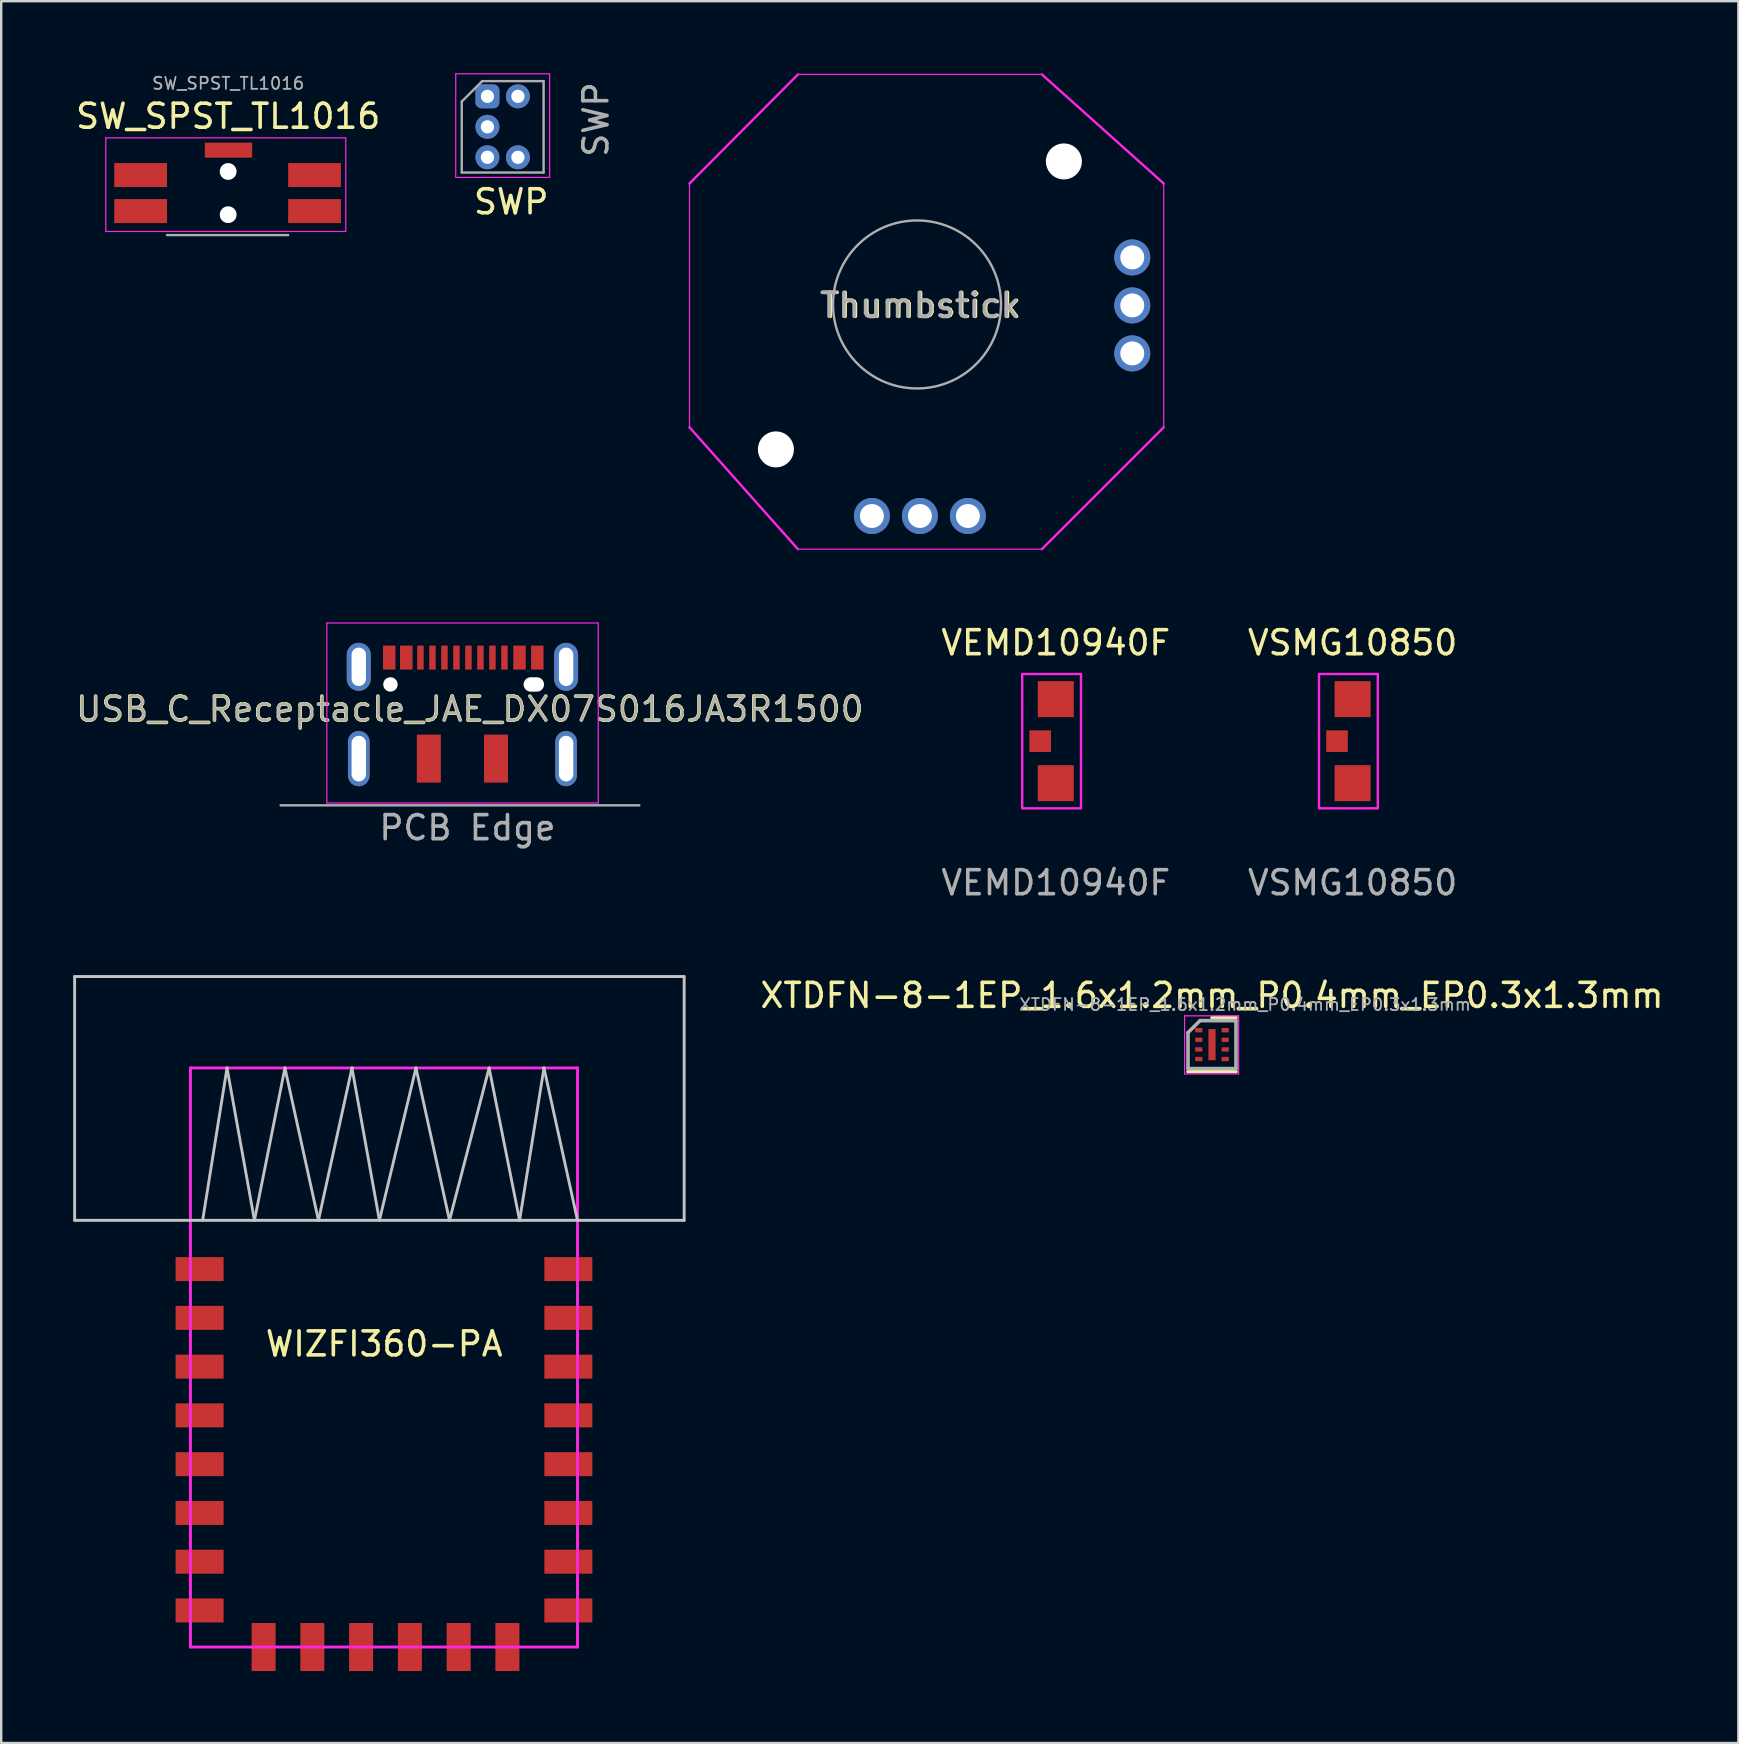
<source format=kicad_pcb>
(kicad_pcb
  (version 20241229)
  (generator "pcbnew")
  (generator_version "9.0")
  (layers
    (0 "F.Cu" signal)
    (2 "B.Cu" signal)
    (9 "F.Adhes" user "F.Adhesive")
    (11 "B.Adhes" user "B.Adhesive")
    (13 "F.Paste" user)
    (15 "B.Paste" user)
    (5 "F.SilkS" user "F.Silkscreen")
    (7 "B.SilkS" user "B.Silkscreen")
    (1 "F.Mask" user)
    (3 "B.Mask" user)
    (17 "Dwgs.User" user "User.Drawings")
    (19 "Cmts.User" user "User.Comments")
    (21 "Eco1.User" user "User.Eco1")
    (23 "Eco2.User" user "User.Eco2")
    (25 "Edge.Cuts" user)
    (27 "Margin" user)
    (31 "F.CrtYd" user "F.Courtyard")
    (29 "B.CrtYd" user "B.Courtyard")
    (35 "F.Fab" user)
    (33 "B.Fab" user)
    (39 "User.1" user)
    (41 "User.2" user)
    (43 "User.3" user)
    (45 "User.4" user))
  (footprint "VEMD10940F"
    (layer "F.Cu")
    (at 40.946 27.835)
    (property "Reference" "VEMD10940F" (at 0 -4.1 0) (unlocked yes) (layer "F.SilkS") (effects (font (size 1 1) (thickness 0.15))))
    (fp_rect (start -1.4 -2.8) (end 1.05 2.8) (stroke (width 0.1) (type solid)) (fill no) (layer "F.CrtYd"))
    (fp_text user "${REFERENCE}" (at 0 5.9 0) (unlocked yes) (layer "F.Fab") (effects (font (size 1 1) (thickness 0.15))))
    (pad "" smd rect (at -0.65 0) (size 0.9 0.9) (layers "F.Cu" "F.Mask" "F.Paste"))
    (pad "1" smd rect (at 0 1.75) (size 1.5 1.5) (layers "F.Cu" "F.Mask" "F.Paste"))
    (pad "2" smd rect (at 0 -1.75) (size 1.5 1.5) (layers "F.Cu" "F.Mask" "F.Paste")))
  (footprint "SW_SPST_TL1016"
    (layer "F.Cu")
    (at 6.458 4.996)
    (property "Reference" "SW_SPST_TL1016" (at 0 -3.2 0) (layer "F.SilkS") (effects (font (size 1 1) (thickness 0.15))))
    (attr smd)
    (fp_line (start -5.1 -2.3) (end 4.9 -2.3) (stroke (width 0.05) (type solid)) (layer "F.CrtYd"))
    (fp_line (start -5.1 1.6) (end -5.1 -2.3) (stroke (width 0.05) (type solid)) (layer "F.CrtYd"))
    (fp_line (start 4.9 -2.3) (end 4.9 1.6) (stroke (width 0.05) (type solid)) (layer "F.CrtYd"))
    (fp_line (start 4.9 1.6) (end -5.1 1.6) (stroke (width 0.05) (type solid)) (layer "F.CrtYd"))
    (fp_line (start -2.55 1.75) (end 2.5 1.75) (stroke (width 0.1) (type default)) (layer "F.Fab"))
    (fp_text user "${REFERENCE}" (at 0 -4.572 0) (layer "F.Fab") (effects (font (size 0.5 0.5) (thickness 0.075))))
    (pad "" np_thru_hole circle (at 0 -0.9) (size 0.7 0.7) (drill 0.7) (layers "*.Cu" "*.Mask"))
    (pad "" np_thru_hole circle (at 0 0.9) (size 0.7 0.7) (drill 0.7) (layers "*.Cu" "*.Mask"))
    (pad "1" smd rect (at -3.648 -0.75 90) (size 1 2.2) (layers "F.Cu" "F.Mask" "F.Paste"))
    (pad "2" smd rect (at 3.6 -0.75 90) (size 1 2.2) (layers "F.Cu" "F.Mask" "F.Paste"))
    (pad "3" smd rect (at -3.648 0.75 90) (size 1 2.2) (layers "F.Cu" "F.Mask" "F.Paste"))
    (pad "4" smd rect (at 3.6 0.75 90) (size 1 2.2) (layers "F.Cu" "F.Mask" "F.Paste"))
    (pad "5" smd rect (at 0.013 -1.788 90) (size 0.625 1.975) (layers "F.Cu" "F.Mask" "F.Paste")))
  (footprint "WIZFI360-PA"
    (layer "F.Cu")
    (at 12.76 47.803)
    (property "Reference" "WIZFI360-PA" (at 0.2 5.15 0) (layer "F.SilkS") (effects (font (size 1 1) (thickness 0.15))))
    (fp_line (start -12.7 -10.16) (end 12.7 -10.16) (stroke (width 0.12) (type solid)) (layer "Dwgs.User"))
    (fp_line (start -12.7 0) (end -12.7 -10.16) (stroke (width 0.12) (type solid)) (layer "Dwgs.User"))
    (fp_line (start -7.366 0) (end -6.35 -6.35) (stroke (width 0.12) (type solid)) (layer "Dwgs.User"))
    (fp_line (start -6.35 -6.35) (end -5.207 0) (stroke (width 0.12) (type solid)) (layer "Dwgs.User"))
    (fp_line (start -5.207 0) (end -3.937 -6.35) (stroke (width 0.12) (type solid)) (layer "Dwgs.User"))
    (fp_line (start -3.937 -6.35) (end -2.54 0) (stroke (width 0.12) (type solid)) (layer "Dwgs.User"))
    (fp_line (start -2.54 0) (end -1.143 -6.35) (stroke (width 0.12) (type solid)) (layer "Dwgs.User"))
    (fp_line (start -1.143 -6.35) (end 0 0) (stroke (width 0.12) (type solid)) (layer "Dwgs.User"))
    (fp_line (start 0 0) (end 1.524 -6.35) (stroke (width 0.12) (type solid)) (layer "Dwgs.User"))
    (fp_line (start 1.524 -6.35) (end 2.921 0) (stroke (width 0.12) (type solid)) (layer "Dwgs.User"))
    (fp_line (start 2.921 0) (end 4.572 -6.35) (stroke (width 0.12) (type solid)) (layer "Dwgs.User"))
    (fp_line (start 4.572 -6.35) (end 5.842 0) (stroke (width 0.12) (type solid)) (layer "Dwgs.User"))
    (fp_line (start 5.842 0) (end 6.858 -6.35) (stroke (width 0.12) (type solid)) (layer "Dwgs.User"))
    (fp_line (start 6.858 -6.35) (end 8.255 0) (stroke (width 0.12) (type solid)) (layer "Dwgs.User"))
    (fp_line (start 12.7 -10.16) (end 12.7 0) (stroke (width 0.12) (type solid)) (layer "Dwgs.User"))
    (fp_line (start 12.7 0) (end -12.7 0) (stroke (width 0.12) (type solid)) (layer "Dwgs.User"))
    (fp_line (start -7.874 -6.35) (end 8.255 -6.35) (stroke (width 0.12) (type solid)) (layer "F.CrtYd"))
    (fp_line (start -7.874 17.78) (end -7.874 -6.35) (stroke (width 0.12) (type solid)) (layer "F.CrtYd"))
    (fp_line (start 8.255 -6.35) (end 8.255 17.78) (stroke (width 0.12) (type solid)) (layer "F.CrtYd"))
    (fp_line (start 8.255 17.78) (end -7.874 17.78) (stroke (width 0.12) (type solid)) (layer "F.CrtYd"))
    (pad "1" smd rect (at -7.493 2.032) (size 2 1) (layers "F.Cu" "F.Mask" "F.Paste"))
    (pad "2" smd rect (at -7.493 4.064) (size 2 1) (layers "F.Cu" "F.Mask" "F.Paste"))
    (pad "3" smd rect (at -7.493 6.096) (size 2 1) (layers "F.Cu" "F.Mask" "F.Paste"))
    (pad "4" smd rect (at -7.493 8.128) (size 2 1) (layers "F.Cu" "F.Mask" "F.Paste"))
    (pad "5" smd rect (at -7.493 10.16) (size 2 1) (layers "F.Cu" "F.Mask" "F.Paste"))
    (pad "6" smd rect (at -7.493 12.192) (size 2 1) (layers "F.Cu" "F.Mask" "F.Paste"))
    (pad "7" smd rect (at -7.493 14.224) (size 2 1) (layers "F.Cu" "F.Mask" "F.Paste"))
    (pad "8" smd rect (at -7.493 16.256) (size 2 1) (layers "F.Cu" "F.Mask" "F.Paste"))
    (pad "9" smd rect (at -4.826 17.78 90) (size 2 1) (layers "F.Cu" "F.Mask" "F.Paste"))
    (pad "10" smd rect (at -2.794 17.78 90) (size 2 1) (layers "F.Cu" "F.Mask" "F.Paste"))
    (pad "11" smd rect (at -0.762 17.78 90) (size 2 1) (layers "F.Cu" "F.Mask" "F.Paste"))
    (pad "12" smd rect (at 1.27 17.78 90) (size 2 1) (layers "F.Cu" "F.Mask" "F.Paste"))
    (pad "13" smd rect (at 3.302 17.78 90) (size 2 1) (layers "F.Cu" "F.Mask" "F.Paste"))
    (pad "14" smd rect (at 5.334 17.78 90) (size 2 1) (layers "F.Cu" "F.Mask" "F.Paste"))
    (pad "15" smd rect (at 7.874 16.256) (size 2 1) (layers "F.Cu" "F.Mask" "F.Paste"))
    (pad "16" smd rect (at 7.874 14.224) (size 2 1) (layers "F.Cu" "F.Mask" "F.Paste"))
    (pad "17" smd rect (at 7.874 12.192) (size 2 1) (layers "F.Cu" "F.Mask" "F.Paste"))
    (pad "18" smd rect (at 7.874 10.16) (size 2 1) (layers "F.Cu" "F.Mask" "F.Paste"))
    (pad "19" smd rect (at 7.874 8.128) (size 2 1) (layers "F.Cu" "F.Mask" "F.Paste"))
    (pad "20" smd rect (at 7.874 6.096) (size 2 1) (layers "F.Cu" "F.Mask" "F.Paste"))
    (pad "21" smd rect (at 7.874 4.064) (size 2 1) (layers "F.Cu" "F.Mask" "F.Paste"))
    (pad "22" smd rect (at 7.874 2.032) (size 2 1) (layers "F.Cu" "F.Mask" "F.Paste")))
  (footprint "SWP"
    (layer "F.Cu")
    (at 17.262 0.965)
    (property "Reference" "SWP" (at 0.991 4.394 0) (layer "F.SilkS") (effects (font (size 1 1) (thickness 0.15))))
    (attr through_hole)
    (fp_line (start -1.321 -0.94) (end -1.321 3.378) (stroke (width 0.05) (type solid)) (layer "F.CrtYd"))
    (fp_line (start -1.321 3.378) (end 2.591 3.378) (stroke (width 0.05) (type solid)) (layer "F.CrtYd"))
    (fp_line (start 2.591 -0.94) (end -1.321 -0.94) (stroke (width 0.05) (type solid)) (layer "F.CrtYd"))
    (fp_line (start 2.591 3.378) (end 2.591 -0.94) (stroke (width 0.05) (type solid)) (layer "F.CrtYd"))
    (fp_line (start -1.07 0.217) (end -0.217 -0.635) (stroke (width 0.1) (type solid)) (layer "F.Fab"))
    (fp_line (start -1.07 3.175) (end -1.07 0.217) (stroke (width 0.1) (type solid)) (layer "F.Fab"))
    (fp_line (start -0.217 -0.635) (end 2.34 -0.635) (stroke (width 0.1) (type solid)) (layer "F.Fab"))
    (fp_line (start 2.34 -0.635) (end 2.34 3.175) (stroke (width 0.1) (type solid)) (layer "F.Fab"))
    (fp_line (start 2.34 3.175) (end -1.07 3.175) (stroke (width 0.1) (type solid)) (layer "F.Fab"))
    (fp_text user "${REFERENCE}" (at 4.521 0.965 90) (layer "F.Fab") (effects (font (size 1 1) (thickness 0.15))))
    (pad "1" thru_hole roundrect (at 0 0) (size 1 1) (drill 0.55) (layers "*.Cu" "*.Mask") (roundrect_rratio 0.25))
    (pad "2" thru_hole oval (at 1.27 0) (size 1 1) (drill 0.55) (layers "*.Cu" "*.Mask"))
    (pad "3" thru_hole oval (at 0 1.27) (size 1 1) (drill 0.55) (layers "*.Cu" "*.Mask"))
    (pad "4" thru_hole oval (at 0 2.54) (size 1 1) (drill 0.55) (layers "*.Cu" "*.Mask"))
    (pad "5" thru_hole oval (at 1.27 2.54) (size 1 1) (drill 0.55) (layers "*.Cu" "*.Mask")))
  (footprint "Thumbstick"
    (layer "F.Cu")
    (at 35.283 9.677)
    (property "Reference" "Thumbstick" (at 0.051 0 180) (layer "F.SilkS") (effects (font (size 1 1) (thickness 0.15))))
    (attr through_hole)
    (fp_line (start -9.601 -5.08) (end -9.601 5.08) (stroke (width 0.05) (type default)) (layer "F.CrtYd"))
    (fp_line (start -9.601 -5.08) (end -5.08 -9.627) (stroke (width 0.1) (type default)) (layer "F.CrtYd"))
    (fp_line (start -5.08 -9.627) (end 5.08 -9.627) (stroke (width 0.05) (type default)) (layer "F.CrtYd"))
    (fp_line (start -5.08 10.16) (end -9.601 5.08) (stroke (width 0.1) (type default)) (layer "F.CrtYd"))
    (fp_line (start 5.08 -9.627) (end 10.16 -5.08) (stroke (width 0.1) (type default)) (layer "F.CrtYd"))
    (fp_line (start 5.08 10.16) (end -5.08 10.16) (stroke (width 0.05) (type default)) (layer "F.CrtYd"))
    (fp_line (start 10.16 -5.08) (end 10.16 5.08) (stroke (width 0.05) (type default)) (layer "F.CrtYd"))
    (fp_line (start 10.16 5.08) (end 5.08 10.16) (stroke (width 0.1) (type default)) (layer "F.CrtYd"))
    (fp_circle (center -0.12 -0.04) (end -0.12 -3.54) (stroke (width 0.1) (type solid)) (fill no) (layer "F.Fab"))
    (fp_text user "${REFERENCE}" (at 0 0 0) (layer "F.Fab") (effects (font (size 1 1) (thickness 0.15))))
    (pad "" np_thru_hole circle (at -6 6 90) (size 1.5 1.5) (drill 1.5) (layers "*.Cu" "*.Mask"))
    (pad "" np_thru_hole circle (at 6 -6 90) (size 1.5 1.5) (drill 1.5) (layers "*.Cu" "*.Mask"))
    (pad "1" thru_hole circle (at -2 8.775 90) (size 1.5 1.5) (drill 1) (layers "*.Cu" "*.Mask"))
    (pad "2" thru_hole circle (at 0 8.775 90) (size 1.5 1.5) (drill 1) (layers "*.Cu" "*.Mask"))
    (pad "3" thru_hole circle (at 2 8.775 90) (size 1.5 1.5) (drill 1) (layers "*.Cu" "*.Mask"))
    (pad "4" thru_hole circle (at 8.85 2 90) (size 1.5 1.5) (drill 1) (layers "*.Cu" "*.Mask"))
    (pad "5" thru_hole circle (at 8.85 0 90) (size 1.5 1.5) (drill 1) (layers "*.Cu" "*.Mask"))
    (pad "6" thru_hole circle (at 8.85 -2 90) (size 1.5 1.5) (drill 1) (layers "*.Cu" "*.Mask")))
  (footprint "USB_C_Receptacle_JAE_DX07S016JA3R1500"
    (layer "F.Cu")
    (at 16.22 25.462)
    (property "Reference" "USB_C_Receptacle_JAE_DX07S016JA3R1500" (at 0.31 1.04 0) (layer "F.SilkS") (effects (font (size 1 1) (thickness 0.15))))
    (attr smd)
    (fp_line (start -5.65 -2.55) (end 5.66 -2.55) (stroke (width 0.05) (type solid)) (layer "F.CrtYd"))
    (fp_line (start -5.65 4.95) (end -5.65 -2.55) (stroke (width 0.05) (type solid)) (layer "F.CrtYd"))
    (fp_line (start 5.66 -2.55) (end 5.66 4.95) (stroke (width 0.05) (type solid)) (layer "F.CrtYd"))
    (fp_line (start 5.66 4.95) (end -5.65 4.95) (stroke (width 0.05) (type solid)) (layer "F.CrtYd"))
    (fp_line (start -7.578 5.047) (end 7.372 5.047) (stroke (width 0.1) (type solid)) (layer "F.Fab"))
    (fp_text user "PCB Edge" (at 0.21 5.98 0) (unlocked yes) (layer "F.Fab") (effects (font (size 1 1) (thickness 0.15))))
    (fp_text user "${REFERENCE}" (at 0.31 1.04 0) (layer "F.Fab") (effects (font (size 1 1) (thickness 0.1))))
    (pad "" np_thru_hole circle (at -3 0.01) (size 0.6 0.6) (drill 0.6) (layers "*.Cu" "*.Mask"))
    (pad "" np_thru_hole oval (at 2.975 0.01) (size 0.85 0.6) (drill oval 0.85 0.6) (layers "*.Cu" "*.Mask"))
    (pad "A1" smd rect (at -3.05 -1.11) (size 0.52 1) (layers "F.Cu" "F.Mask" "F.Paste"))
    (pad "A4" smd rect (at -2.34 -1.11) (size 0.52 1) (layers "F.Cu" "F.Mask" "F.Paste"))
    (pad "A5" smd rect (at -1.75 -1.11) (size 0.27 1) (layers "F.Cu" "F.Mask" "F.Paste"))
    (pad "A6" smd rect (at -0.25 -1.11) (size 0.27 1) (layers "F.Cu" "F.Mask" "F.Paste"))
    (pad "A7" smd rect (at 0.75 -1.11) (size 0.27 1) (layers "F.Cu" "F.Mask" "F.Paste"))
    (pad "A8" smd rect (at 1.75 -1.11) (size 0.27 1) (layers "F.Cu" "F.Mask" "F.Paste"))
    (pad "A9" smd rect (at 2.38 -1.11) (size 0.52 1) (layers "F.Cu" "F.Mask" "F.Paste"))
    (pad "A12" smd rect (at 3.12 -1.11) (size 0.52 1) (layers "F.Cu" "F.Mask" "F.Paste"))
    (pad "B5" smd rect (at 1.25 -1.11) (size 0.27 1) (layers "F.Cu" "F.Mask" "F.Paste"))
    (pad "B6" smd rect (at 0.25 -1.11) (size 0.27 1) (layers "F.Cu" "F.Mask" "F.Paste"))
    (pad "B7" smd rect (at -0.75 -1.11) (size 0.27 1) (layers "F.Cu" "F.Mask" "F.Paste"))
    (pad "B8" smd rect (at -1.25 -1.11) (size 0.27 1) (layers "F.Cu" "F.Mask" "F.Paste"))
    (pad "S1" thru_hole oval (at -4.32 -0.725 180) (size 1 2) (drill oval 0.6 1.6) (layers "*.Cu" "*.Mask"))
    (pad "S1" thru_hole oval (at -4.32 3.1 180) (size 0.9 2.3) (drill oval 0.6 1.9) (layers "*.Cu" "*.Mask"))
    (pad "S1" smd rect (at -1.4 3.1) (size 1 2) (layers "F.Cu" "F.Mask" "F.Paste"))
    (pad "S1" smd rect (at 1.4 3.1) (size 1 2) (layers "F.Cu" "F.Mask" "F.Paste"))
    (pad "S1" thru_hole oval (at 4.32 -0.725 180) (size 1 2) (drill oval 0.6 1.6) (layers "*.Cu" "*.Mask"))
    (pad "S1" thru_hole oval (at 4.32 3.1 180) (size 0.9 2.3) (drill oval 0.6 1.9) (layers "*.Cu" "*.Mask")))
  (footprint "XTDFN-8-1EP_1.6x1.2mm_P0.4mm_EP0.3x1.3mm"
    (layer "F.Cu")
    (at 47.455 40.481)
    (property "Reference" "XTDFN-8-1EP_1.6x1.2mm_P0.4mm_EP0.3x1.3mm" (at 0 -2.05 0) (layer "F.SilkS") (effects (font (size 1 1) (thickness 0.15))))
    (attr smd)
    (fp_line (start -1 1.125) (end 1 1.125) (stroke (width 0.15) (type solid)) (layer "F.SilkS"))
    (fp_line (start 0 -1.125) (end 1 -1.125) (stroke (width 0.15) (type solid)) (layer "F.SilkS"))
    (fp_line (start -1.142 -1.2) (end -1.142 1.22) (stroke (width 0.05) (type solid)) (layer "F.CrtYd"))
    (fp_line (start -1.142 -1.2) (end 1.11 -1.2) (stroke (width 0.05) (type solid)) (layer "F.CrtYd"))
    (fp_line (start -1.142 1.22) (end 1.11 1.22) (stroke (width 0.05) (type solid)) (layer "F.CrtYd"))
    (fp_line (start 1.11 -1.2) (end 1.11 1.22) (stroke (width 0.05) (type solid)) (layer "F.CrtYd"))
    (fp_line (start -1 -0.5) (end -0.5 -1) (stroke (width 0.15) (type solid)) (layer "F.Fab"))
    (fp_line (start -1 1) (end -1 -0.5) (stroke (width 0.15) (type solid)) (layer "F.Fab"))
    (fp_line (start -0.5 -1) (end 1 -1) (stroke (width 0.15) (type solid)) (layer "F.Fab"))
    (fp_line (start 1 -1) (end 1 1) (stroke (width 0.15) (type solid)) (layer "F.Fab"))
    (fp_line (start 1 1) (end -1 1) (stroke (width 0.15) (type solid)) (layer "F.Fab"))
    (fp_text user "${REFERENCE}" (at 1.38 -1.67 0) (layer "F.Fab") (effects (font (size 0.5 0.5) (thickness 0.075))))
    (pad "1" smd rect (at -0.55 -0.6) (size 0.3 0.18) (layers "F.Cu" "F.Mask" "F.Paste"))
    (pad "2" smd rect (at -0.55 -0.202) (size 0.3 0.18) (layers "F.Cu" "F.Mask" "F.Paste"))
    (pad "3" smd rect (at -0.55 0.2) (size 0.3 0.18) (layers "F.Cu" "F.Mask" "F.Paste"))
    (pad "4" smd rect (at -0.55 0.6) (size 0.3 0.18) (layers "F.Cu" "F.Mask" "F.Paste"))
    (pad "5" smd rect (at 0.55 0.6) (size 0.3 0.18) (layers "F.Cu" "F.Mask" "F.Paste"))
    (pad "6" smd rect (at 0.55 0.2) (size 0.3 0.18) (layers "F.Cu" "F.Mask" "F.Paste"))
    (pad "7" smd rect (at 0.55 -0.2) (size 0.3 0.18) (layers "F.Cu" "F.Mask" "F.Paste"))
    (pad "8" smd rect (at 0.55 -0.6) (size 0.3 0.18) (layers "F.Cu" "F.Mask" "F.Paste"))
    (pad "9" smd rect (at 0 0) (size 0.3 1.3) (layers "F.Cu" "F.Mask")))
  (footprint "VSMG10850"
    (layer "F.Cu")
    (at 53.315 27.835)
    (property "Reference" "VSMG10850" (at 0 -4.1 0) (unlocked yes) (layer "F.SilkS") (effects (font (size 1 1) (thickness 0.15))))
    (fp_rect (start -1.4 -2.8) (end 1.05 2.8) (stroke (width 0.1) (type solid)) (fill no) (layer "F.CrtYd"))
    (fp_text user "${REFERENCE}" (at 0 5.9 0) (unlocked yes) (layer "F.Fab") (effects (font (size 1 1) (thickness 0.15))))
    (pad "" smd rect (at -0.65 0) (size 0.9 0.9) (layers "F.Cu" "F.Mask" "F.Paste"))
    (pad "1" smd rect (at 0 1.75) (size 1.5 1.5) (layers "F.Cu" "F.Mask" "F.Paste"))
    (pad "2" smd rect (at 0 -1.75) (size 1.5 1.5) (layers "F.Cu" "F.Mask" "F.Paste")))
  (gr_rect
    (start -3 -3)
    (end 69.389 69.583)
    (stroke (width 0.1) (type default))
    (fill no)
    (layer "Edge.Cuts")))
</source>
